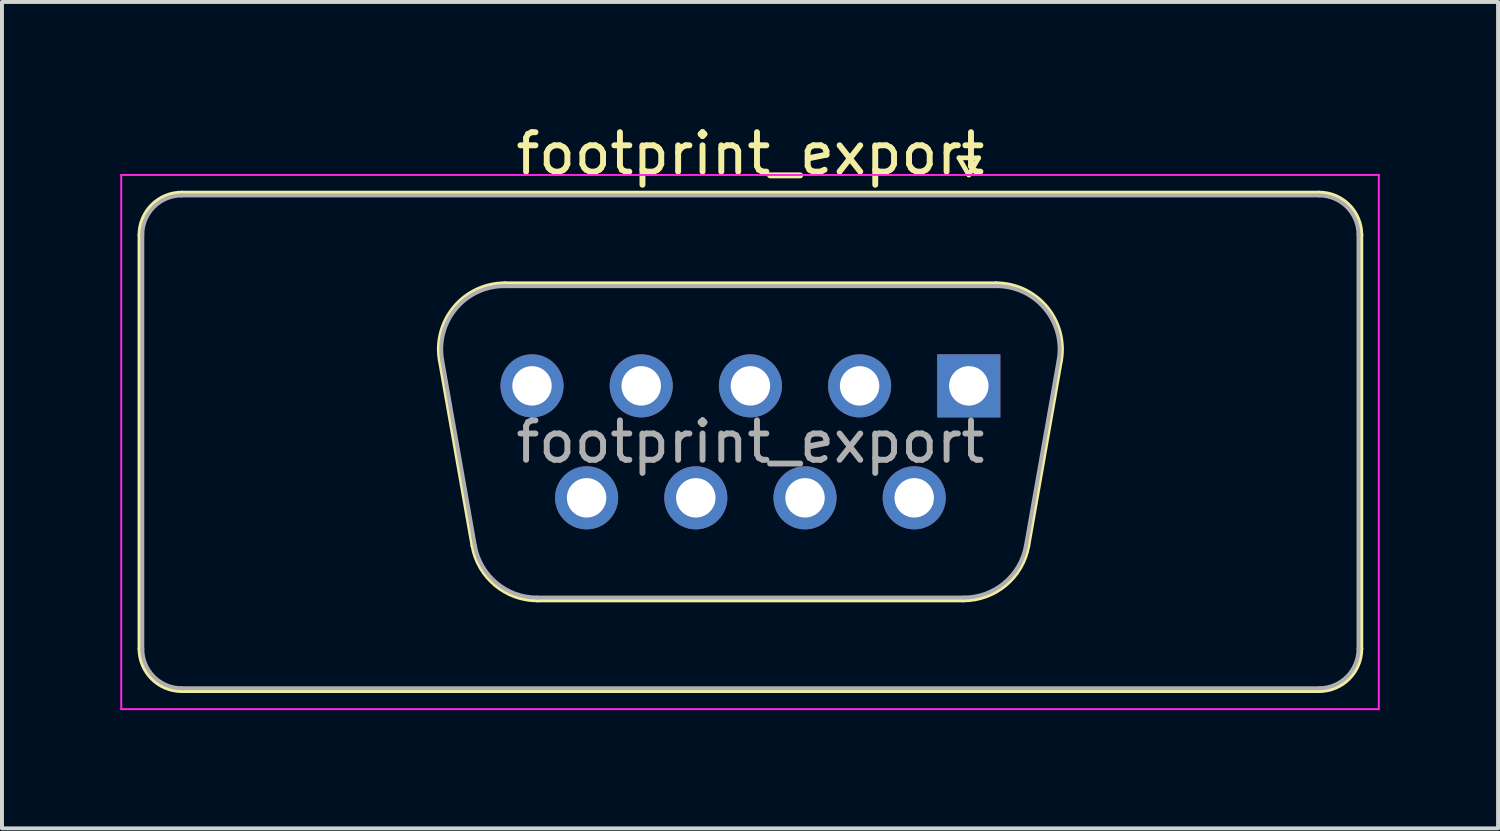
<source format=kicad_pcb>
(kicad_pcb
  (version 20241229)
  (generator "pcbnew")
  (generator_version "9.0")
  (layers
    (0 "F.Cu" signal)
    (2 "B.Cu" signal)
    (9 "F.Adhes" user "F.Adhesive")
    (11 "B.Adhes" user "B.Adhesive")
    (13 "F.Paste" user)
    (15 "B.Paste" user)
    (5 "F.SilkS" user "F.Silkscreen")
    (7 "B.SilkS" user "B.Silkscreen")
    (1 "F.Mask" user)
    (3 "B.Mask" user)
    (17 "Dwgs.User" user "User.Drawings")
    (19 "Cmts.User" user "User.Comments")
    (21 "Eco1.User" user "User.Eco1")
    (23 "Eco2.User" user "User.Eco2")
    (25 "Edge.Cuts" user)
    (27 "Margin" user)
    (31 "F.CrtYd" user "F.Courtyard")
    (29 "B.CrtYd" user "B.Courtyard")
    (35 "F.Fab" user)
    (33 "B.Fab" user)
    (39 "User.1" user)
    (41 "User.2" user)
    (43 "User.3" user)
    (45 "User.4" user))
  (footprint "footprint_export"
    (layer "F.Cu")
    (at 21.525 6.738)
    (property "Reference" "footprint_export" (at -5.54 -5.89 0) (layer "F.SilkS") (effects (font (size 1 1) (thickness 0.15))))
    (attr through_hole)
    (fp_line (start -21.025 6.67) (end -21.025 -3.83) (stroke (width 0.12) (type solid)) (layer "F.SilkS"))
    (fp_line (start -19.965 -4.89) (end 8.885 -4.89) (stroke (width 0.12) (type solid)) (layer "F.SilkS"))
    (fp_line (start -13.406 -0.642) (end -12.578 4.058) (stroke (width 0.12) (type solid)) (layer "F.SilkS"))
    (fp_line (start -11.772 -2.59) (end 0.692 -2.59) (stroke (width 0.12) (type solid)) (layer "F.SilkS"))
    (fp_line (start -10.943 5.43) (end -0.137 5.43) (stroke (width 0.12) (type solid)) (layer "F.SilkS"))
    (fp_line (start -0.25 -5.784) (end 0.25 -5.784) (stroke (width 0.12) (type solid)) (layer "F.SilkS"))
    (fp_line (start 0 -5.351) (end -0.25 -5.784) (stroke (width 0.12) (type solid)) (layer "F.SilkS"))
    (fp_line (start 0.25 -5.784) (end 0 -5.351) (stroke (width 0.12) (type solid)) (layer "F.SilkS"))
    (fp_line (start 2.326 -0.642) (end 1.498 4.058) (stroke (width 0.12) (type solid)) (layer "F.SilkS"))
    (fp_line (start 8.885 7.73) (end -19.965 7.73) (stroke (width 0.12) (type solid)) (layer "F.SilkS"))
    (fp_line (start 9.945 -3.83) (end 9.945 6.67) (stroke (width 0.12) (type solid)) (layer "F.SilkS"))
    (fp_arc (start -21.025 -3.83) (mid -20.714533 -4.579533) (end -19.965 -4.89) (stroke (width 0.12) (type solid)) (layer "F.SilkS"))
    (fp_arc (start -19.965 7.73) (mid -20.714533 7.419533) (end -21.025 6.67) (stroke (width 0.12) (type solid)) (layer "F.SilkS"))
    (fp_arc (start -13.40647 -0.641744) (mid -13.043323 -1.997028) (end -11.771689 -2.59) (stroke (width 0.12) (type solid)) (layer "F.SilkS"))
    (fp_arc (start -10.942952 5.43) (mid -12.009979 5.041634) (end -12.577733 4.058256) (stroke (width 0.12) (type solid)) (layer "F.SilkS"))
    (fp_arc (start 0.691689 -2.59) (mid 1.963323 -1.997027) (end 2.32647 -0.641744) (stroke (width 0.12) (type solid)) (layer "F.SilkS"))
    (fp_arc (start 1.497733 4.058256) (mid 0.92998 5.041634) (end -0.137048 5.43) (stroke (width 0.12) (type solid)) (layer "F.SilkS"))
    (fp_arc (start 8.885 -4.89) (mid 9.634533 -4.579533) (end 9.945 -3.83) (stroke (width 0.12) (type solid)) (layer "F.SilkS"))
    (fp_arc (start 9.945 6.67) (mid 9.634533 7.419533) (end 8.885 7.73) (stroke (width 0.12) (type solid)) (layer "F.SilkS"))
    (fp_line (start -21.5 -5.35) (end -21.5 8.2) (stroke (width 0.05) (type solid)) (layer "F.CrtYd"))
    (fp_line (start -21.5 8.2) (end 10.4 8.2) (stroke (width 0.05) (type solid)) (layer "F.CrtYd"))
    (fp_line (start 10.4 -5.35) (end -21.5 -5.35) (stroke (width 0.05) (type solid)) (layer "F.CrtYd"))
    (fp_line (start 10.4 8.2) (end 10.4 -5.35) (stroke (width 0.05) (type solid)) (layer "F.CrtYd"))
    (fp_line (start -20.965 6.67) (end -20.965 -3.83) (stroke (width 0.1) (type solid)) (layer "F.Fab"))
    (fp_line (start -19.965 -4.83) (end 8.885 -4.83) (stroke (width 0.1) (type solid)) (layer "F.Fab"))
    (fp_line (start -13.359 -0.652) (end -12.53 4.048) (stroke (width 0.1) (type solid)) (layer "F.Fab"))
    (fp_line (start -11.783 -2.53) (end 0.703 -2.53) (stroke (width 0.1) (type solid)) (layer "F.Fab"))
    (fp_line (start -10.954 5.37) (end -0.126 5.37) (stroke (width 0.1) (type solid)) (layer "F.Fab"))
    (fp_line (start 2.279 -0.652) (end 1.45 4.048) (stroke (width 0.1) (type solid)) (layer "F.Fab"))
    (fp_line (start 8.885 7.67) (end -19.965 7.67) (stroke (width 0.1) (type solid)) (layer "F.Fab"))
    (fp_line (start 9.885 -3.83) (end 9.885 6.67) (stroke (width 0.1) (type solid)) (layer "F.Fab"))
    (fp_arc (start -20.965 -3.83) (mid -20.672107 -4.537107) (end -19.965 -4.83) (stroke (width 0.1) (type solid)) (layer "F.Fab"))
    (fp_arc (start -19.965 7.67) (mid -20.672107 7.377107) (end -20.965 6.67) (stroke (width 0.1) (type solid)) (layer "F.Fab"))
    (fp_arc (start -13.358886 -0.652163) (mid -13.008865 -1.95846) (end -11.783194 -2.53) (stroke (width 0.1) (type solid)) (layer "F.Fab"))
    (fp_arc (start -10.954457 5.37) (mid -11.982917 4.995671) (end -12.530149 4.047837) (stroke (width 0.1) (type solid)) (layer "F.Fab"))
    (fp_arc (start 0.703194 -2.53) (mid 1.928865 -1.95846) (end 2.278886 -0.652163) (stroke (width 0.1) (type solid)) (layer "F.Fab"))
    (fp_arc (start 1.450149 4.047837) (mid 0.902917 4.995671) (end -0.125543 5.37) (stroke (width 0.1) (type solid)) (layer "F.Fab"))
    (fp_arc (start 8.885 -4.83) (mid 9.592107 -4.537107) (end 9.885 -3.83) (stroke (width 0.1) (type solid)) (layer "F.Fab"))
    (fp_arc (start 9.885 6.67) (mid 9.592107 7.377107) (end 8.885 7.67) (stroke (width 0.1) (type solid)) (layer "F.Fab"))
    (fp_text user "${REFERENCE}" (at -5.54 1.42 0) (layer "F.Fab") (effects (font (size 1 1) (thickness 0.15))))
    (pad "1" thru_hole rect (at 0 0) (size 1.6 1.6) (drill 1) (layers "*.Cu" "*.Mask"))
    (pad "2" thru_hole circle (at -2.77 0) (size 1.6 1.6) (drill 1) (layers "*.Cu" "*.Mask"))
    (pad "3" thru_hole circle (at -5.54 0) (size 1.6 1.6) (drill 1) (layers "*.Cu" "*.Mask"))
    (pad "4" thru_hole circle (at -8.31 0) (size 1.6 1.6) (drill 1) (layers "*.Cu" "*.Mask"))
    (pad "5" thru_hole circle (at -11.08 0) (size 1.6 1.6) (drill 1) (layers "*.Cu" "*.Mask"))
    (pad "6" thru_hole circle (at -1.385 2.84) (size 1.6 1.6) (drill 1) (layers "*.Cu" "*.Mask"))
    (pad "7" thru_hole circle (at -4.155 2.84) (size 1.6 1.6) (drill 1) (layers "*.Cu" "*.Mask"))
    (pad "8" thru_hole circle (at -6.925 2.84) (size 1.6 1.6) (drill 1) (layers "*.Cu" "*.Mask"))
    (pad "9" thru_hole circle (at -9.695 2.84) (size 1.6 1.6) (drill 1) (layers "*.Cu" "*.Mask")))
  (gr_rect
    (start -3 -3)
    (end 34.95 17.963)
    (stroke (width 0.1) (type default))
    (fill no)
    (layer "Edge.Cuts")))
</source>
